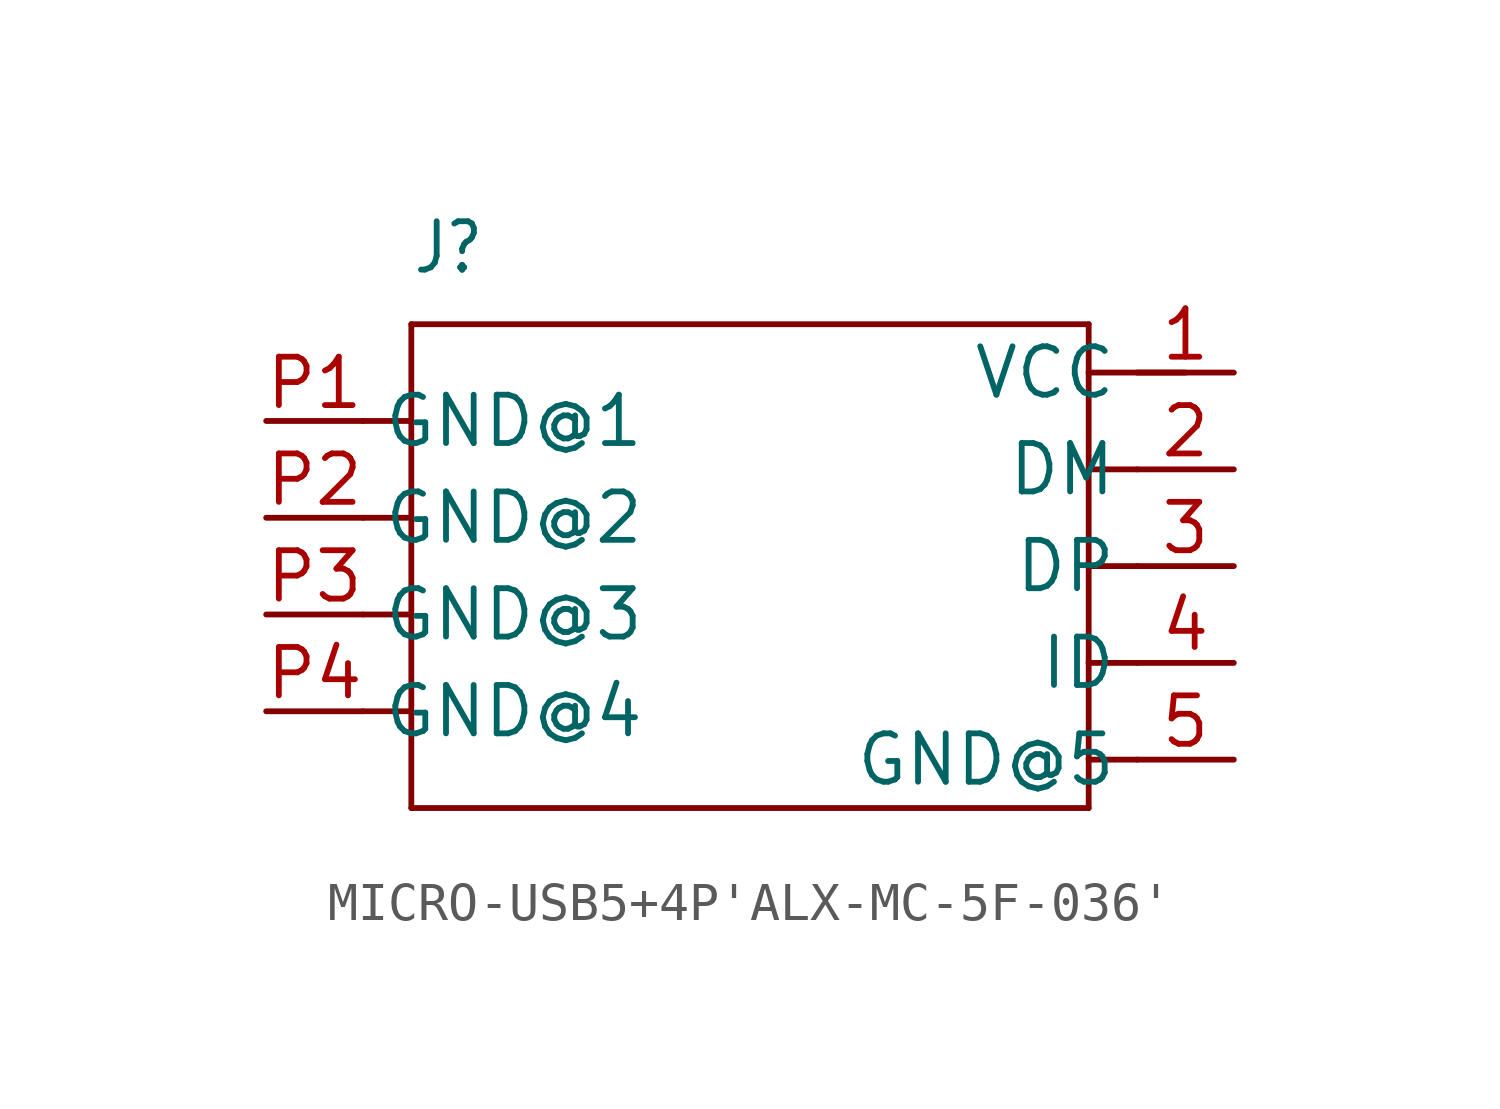
<source format=kicad_sym>
(kicad_symbol_lib
  (version 20231120)
  (generator "kicad_symbol_editor")
  (generator_version "8.0")
  (symbol "MICRO-USB5+4P'ALX-MC-5F-036'"
    (property "Reference" "J"
      (at -8.89 7.62 0)
      (effects (font (size 1.27 1.079)) (justify left bottom)))
    (property "Value" ""
      (at 1.27 7.62 0)
      (effects (font (size 1.27 1.079)) (justify left bottom)))
    (property "ki_locked" ""
      (at 0 0 0)
      (effects (font (size 1.27 1.27))))
    (symbol "MICRO-USB5+4P'ALX-MC-5F-036'_1_0"
      (polyline (pts (xy -10.16 -3.81) (xy -8.89 -3.81)) (stroke (width 0.152) (type solid)) (fill (type none)))
      (polyline (pts (xy -10.16 -1.27) (xy -8.89 -1.27)) (stroke (width 0.152) (type solid)) (fill (type none)))
      (polyline (pts (xy -10.16 1.27) (xy -8.89 1.27)) (stroke (width 0.152) (type solid)) (fill (type none)))
      (polyline (pts (xy -10.16 3.81) (xy -8.89 3.81)) (stroke (width 0.152) (type solid)) (fill (type none)))
      (polyline (pts (xy -8.89 -6.35) (xy 8.89 -6.35)) (stroke (width 0.152) (type solid)) (fill (type none)))
      (polyline (pts (xy -8.89 -3.81) (xy -8.89 -6.35)) (stroke (width 0.152) (type solid)) (fill (type none)))
      (polyline (pts (xy -8.89 -1.27) (xy -8.89 -3.81)) (stroke (width 0.152) (type solid)) (fill (type none)))
      (polyline (pts (xy -8.89 1.27) (xy -8.89 -1.27)) (stroke (width 0.152) (type solid)) (fill (type none)))
      (polyline (pts (xy -8.89 3.81) (xy -8.89 1.27)) (stroke (width 0.152) (type solid)) (fill (type none)))
      (polyline (pts (xy -8.89 6.35) (xy -8.89 3.81)) (stroke (width 0.152) (type solid)) (fill (type none)))
      (polyline (pts (xy 8.89 -6.35) (xy 8.89 -5.08)) (stroke (width 0.152) (type solid)) (fill (type none)))
      (polyline (pts (xy 8.89 -5.08) (xy 8.89 -2.54)) (stroke (width 0.152) (type solid)) (fill (type none)))
      (polyline (pts (xy 8.89 -5.08) (xy 10.16 -5.08)) (stroke (width 0.152) (type solid)) (fill (type none)))
      (polyline (pts (xy 8.89 -2.54) (xy 8.89 0)) (stroke (width 0.152) (type solid)) (fill (type none)))
      (polyline (pts (xy 8.89 -2.54) (xy 10.16 -2.54)) (stroke (width 0.152) (type solid)) (fill (type none)))
      (polyline (pts (xy 8.89 0) (xy 8.89 2.54)) (stroke (width 0.152) (type solid)) (fill (type none)))
      (polyline (pts (xy 8.89 0) (xy 10.16 0)) (stroke (width 0.152) (type solid)) (fill (type none)))
      (polyline (pts (xy 8.89 2.54) (xy 8.89 5.08)) (stroke (width 0.152) (type solid)) (fill (type none)))
      (polyline (pts (xy 8.89 2.54) (xy 10.16 2.54)) (stroke (width 0.152) (type solid)) (fill (type none)))
      (polyline (pts (xy 8.89 5.08) (xy 8.89 6.35)) (stroke (width 0.152) (type solid)) (fill (type none)))
      (polyline (pts (xy 8.89 5.08) (xy 11.43 5.08)) (stroke (width 0.152) (type solid)) (fill (type none)))
      (polyline (pts (xy 8.89 6.35) (xy -8.89 6.35)) (stroke (width 0.152) (type solid)) (fill (type none)))
      (pin bidirectional line (at 12.7 5.08 180) (length 2.54) (name "VCC" (effects (font (size 1.27 1.27)))) (number "1" (effects (font (size 1.27 1.27)))))
      (pin bidirectional line (at 12.7 2.54 180) (length 2.54) (name "DM" (effects (font (size 1.27 1.27)))) (number "2" (effects (font (size 1.27 1.27)))))
      (pin bidirectional line (at 12.7 0 180) (length 2.54) (name "DP" (effects (font (size 1.27 1.27)))) (number "3" (effects (font (size 1.27 1.27)))))
      (pin bidirectional line (at 12.7 -2.54 180) (length 2.54) (name "ID" (effects (font (size 1.27 1.27)))) (number "4" (effects (font (size 1.27 1.27)))))
      (pin bidirectional line (at 12.7 -5.08 180) (length 2.54) (name "GND@5" (effects (font (size 1.27 1.27)))) (number "5" (effects (font (size 1.27 1.27)))))
      (pin bidirectional line (at -12.7 3.81 0) (length 2.54) (name "GND@1" (effects (font (size 1.27 1.27)))) (number "P1" (effects (font (size 1.27 1.27)))))
      (pin bidirectional line (at -12.7 1.27 0) (length 2.54) (name "GND@2" (effects (font (size 1.27 1.27)))) (number "P2" (effects (font (size 1.27 1.27)))))
      (pin bidirectional line (at -12.7 -1.27 0) (length 2.54) (name "GND@3" (effects (font (size 1.27 1.27)))) (number "P3" (effects (font (size 1.27 1.27)))))
      (pin bidirectional line (at -12.7 -3.81 0) (length 2.54) (name "GND@4" (effects (font (size 1.27 1.27)))) (number "P4" (effects (font (size 1.27 1.27))))))))
</source>
